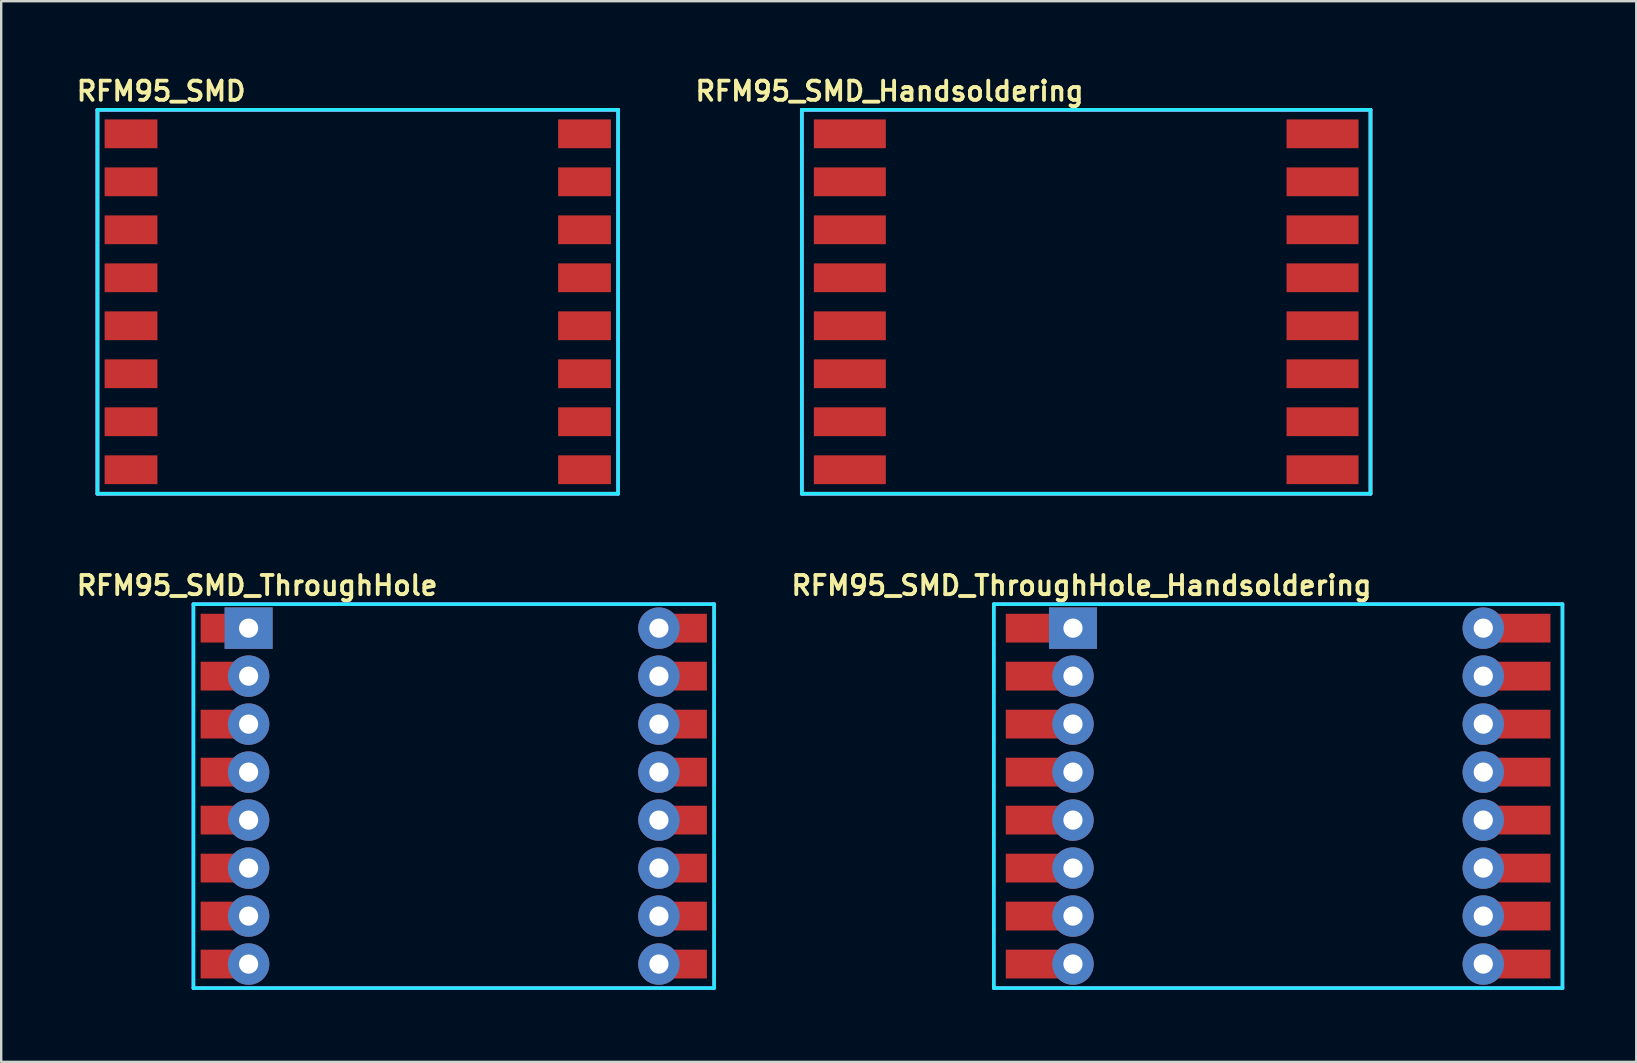
<source format=kicad_pcb>
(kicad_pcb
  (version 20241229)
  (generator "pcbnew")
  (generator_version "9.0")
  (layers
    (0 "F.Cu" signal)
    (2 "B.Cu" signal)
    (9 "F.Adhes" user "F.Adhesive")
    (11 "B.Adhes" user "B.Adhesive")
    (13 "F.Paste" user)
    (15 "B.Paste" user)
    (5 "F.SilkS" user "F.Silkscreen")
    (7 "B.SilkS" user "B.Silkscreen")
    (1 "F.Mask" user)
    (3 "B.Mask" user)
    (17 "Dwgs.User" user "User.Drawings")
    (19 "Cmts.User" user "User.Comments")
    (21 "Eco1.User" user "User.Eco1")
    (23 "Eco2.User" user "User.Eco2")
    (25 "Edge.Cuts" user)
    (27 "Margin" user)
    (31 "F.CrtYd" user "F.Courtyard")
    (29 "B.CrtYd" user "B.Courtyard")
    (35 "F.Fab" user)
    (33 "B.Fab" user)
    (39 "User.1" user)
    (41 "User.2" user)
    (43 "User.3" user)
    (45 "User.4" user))
  (footprint "RFM95_SMD_ThroughHole_Handsoldering"
    (layer "F.Cu")
    (at 41.768 23.129)
    (property "Reference" "RFM95_SMD_ThroughHole_Handsoldering" (at 0.254 -1.778 0) (layer "F.SilkS") (effects (font (size 0.8 0.8) (thickness 0.16))))
    (attr through_hole)
    (fp_line (start -3.4 -1) (end -3.4 15) (stroke (width 0.15) (type solid)) (layer "B.CrtYd"))
    (fp_line (start -3.4 -1) (end 20.3 -1) (stroke (width 0.15) (type solid)) (layer "B.CrtYd"))
    (fp_line (start -3.4 15) (end 20.3 15) (stroke (width 0.15) (type solid)) (layer "B.CrtYd"))
    (fp_line (start 20.3 -1) (end 20.3 15) (stroke (width 0.15) (type solid)) (layer "B.CrtYd"))
    (fp_line (start -3.4 -1) (end -3.4 15) (stroke (width 0.15) (type solid)) (layer "F.CrtYd"))
    (fp_line (start -3.4 -1) (end 20.3 -1) (stroke (width 0.15) (type solid)) (layer "F.CrtYd"))
    (fp_line (start -3.4 15) (end 20.3 15) (stroke (width 0.15) (type solid)) (layer "F.CrtYd"))
    (fp_line (start 20.3 -1) (end 20.3 15) (stroke (width 0.15) (type solid)) (layer "F.CrtYd"))
    (pad "1" smd rect (at -1.4 0) (size 3 1.2) (layers "F.Cu" "F.Mask" "F.Paste"))
    (pad "1" thru_hole rect (at -0.1 0) (size 2 1.727) (drill 0.8) (layers "*.Cu" "*.Mask"))
    (pad "2" smd rect (at -1.4 2) (size 3 1.2) (layers "F.Cu" "F.Mask" "F.Paste"))
    (pad "2" thru_hole circle (at -0.1 2) (size 1.727 1.727) (drill 0.8) (layers "*.Cu" "*.Mask"))
    (pad "3" smd rect (at -1.4 4) (size 3 1.2) (layers "F.Cu" "F.Mask" "F.Paste"))
    (pad "3" thru_hole circle (at -0.1 4) (size 1.727 1.727) (drill 0.8) (layers "*.Cu" "*.Mask"))
    (pad "4" smd rect (at -1.4 6) (size 3 1.2) (layers "F.Cu" "F.Mask" "F.Paste"))
    (pad "4" thru_hole circle (at -0.1 6) (size 1.727 1.727) (drill 0.8) (layers "*.Cu" "*.Mask"))
    (pad "5" smd rect (at -1.4 8) (size 3 1.2) (layers "F.Cu" "F.Mask" "F.Paste"))
    (pad "5" thru_hole circle (at -0.1 8) (size 1.727 1.727) (drill 0.8) (layers "*.Cu" "*.Mask"))
    (pad "6" smd rect (at -1.4 10) (size 3 1.2) (layers "F.Cu" "F.Mask" "F.Paste"))
    (pad "6" thru_hole circle (at -0.1 10) (size 1.727 1.727) (drill 0.8) (layers "*.Cu" "*.Mask"))
    (pad "7" smd rect (at -1.4 12) (size 3 1.2) (layers "F.Cu" "F.Mask" "F.Paste"))
    (pad "7" thru_hole circle (at -0.1 12) (size 1.727 1.727) (drill 0.8) (layers "*.Cu" "*.Mask"))
    (pad "8" smd rect (at -1.4 14) (size 3 1.2) (layers "F.Cu" "F.Mask" "F.Paste"))
    (pad "8" thru_hole circle (at -0.1 14) (size 1.727 1.727) (drill 0.8) (layers "*.Cu" "*.Mask"))
    (pad "9" thru_hole circle (at 17 14) (size 1.727 1.727) (drill 0.8) (layers "*.Cu" "*.Mask"))
    (pad "9" smd rect (at 18.3 14) (size 3 1.2) (layers "F.Cu" "F.Mask" "F.Paste"))
    (pad "10" thru_hole circle (at 17 12) (size 1.727 1.727) (drill 0.8) (layers "*.Cu" "*.Mask"))
    (pad "10" smd rect (at 18.3 12) (size 3 1.2) (layers "F.Cu" "F.Mask" "F.Paste"))
    (pad "11" thru_hole circle (at 17 10) (size 1.727 1.727) (drill 0.8) (layers "*.Cu" "*.Mask"))
    (pad "11" smd rect (at 18.3 10) (size 3 1.2) (layers "F.Cu" "F.Mask" "F.Paste"))
    (pad "12" thru_hole circle (at 17 8) (size 1.727 1.727) (drill 0.8) (layers "*.Cu" "*.Mask"))
    (pad "12" smd rect (at 18.3 8) (size 3 1.2) (layers "F.Cu" "F.Mask" "F.Paste"))
    (pad "13" thru_hole circle (at 17 6) (size 1.727 1.727) (drill 0.8) (layers "*.Cu" "*.Mask"))
    (pad "13" smd rect (at 18.3 6) (size 3 1.2) (layers "F.Cu" "F.Mask" "F.Paste"))
    (pad "14" thru_hole circle (at 17 4) (size 1.727 1.727) (drill 0.8) (layers "*.Cu" "*.Mask"))
    (pad "14" smd rect (at 18.3 4) (size 3 1.2) (layers "F.Cu" "F.Mask" "F.Paste"))
    (pad "15" thru_hole circle (at 17 2) (size 1.727 1.727) (drill 0.8) (layers "*.Cu" "*.Mask"))
    (pad "15" smd rect (at 18.3 2) (size 3 1.2) (layers "F.Cu" "F.Mask" "F.Paste"))
    (pad "16" thru_hole circle (at 17 0) (size 1.727 1.727) (drill 0.8) (layers "*.Cu" "*.Mask"))
    (pad "16" smd rect (at 18.3 0) (size 3 1.2) (layers "F.Cu" "F.Mask" "F.Paste")))
  (footprint "RFM95_SMD_ThroughHole"
    (layer "F.Cu")
    (at 7.411 23.129)
    (property "Reference" "RFM95_SMD_ThroughHole" (at 0.254 -1.778 0) (layer "F.SilkS") (effects (font (size 0.8 0.8) (thickness 0.16))))
    (attr through_hole)
    (fp_line (start -2.4 -1) (end -2.4 15) (stroke (width 0.15) (type solid)) (layer "B.CrtYd"))
    (fp_line (start -2.4 -1) (end 19.3 -1) (stroke (width 0.15) (type solid)) (layer "B.CrtYd"))
    (fp_line (start -2.4 15) (end 19.3 15) (stroke (width 0.15) (type solid)) (layer "B.CrtYd"))
    (fp_line (start 19.3 -1) (end 19.3 15) (stroke (width 0.15) (type solid)) (layer "B.CrtYd"))
    (fp_line (start -2.4 -1) (end -2.4 15) (stroke (width 0.15) (type solid)) (layer "F.CrtYd"))
    (fp_line (start -2.4 -1) (end 19.3 -1) (stroke (width 0.15) (type solid)) (layer "F.CrtYd"))
    (fp_line (start -2.4 15) (end 19.3 15) (stroke (width 0.15) (type solid)) (layer "F.CrtYd"))
    (fp_line (start 19.3 -1) (end 19.3 15) (stroke (width 0.15) (type solid)) (layer "F.CrtYd"))
    (pad "1" smd rect (at -1 0) (size 2.2 1.2) (layers "F.Cu" "F.Mask" "F.Paste"))
    (pad "1" thru_hole rect (at -0.1 0) (size 2 1.727) (drill 0.8) (layers "*.Cu" "*.Mask"))
    (pad "2" smd rect (at -1 2) (size 2.2 1.2) (layers "F.Cu" "F.Mask" "F.Paste"))
    (pad "2" thru_hole circle (at -0.1 2) (size 1.727 1.727) (drill 0.8) (layers "*.Cu" "*.Mask"))
    (pad "3" smd rect (at -1 4) (size 2.2 1.2) (layers "F.Cu" "F.Mask" "F.Paste"))
    (pad "3" thru_hole circle (at -0.1 4) (size 1.727 1.727) (drill 0.8) (layers "*.Cu" "*.Mask"))
    (pad "4" smd rect (at -1 6) (size 2.2 1.2) (layers "F.Cu" "F.Mask" "F.Paste"))
    (pad "4" thru_hole circle (at -0.1 6) (size 1.727 1.727) (drill 0.8) (layers "*.Cu" "*.Mask"))
    (pad "5" smd rect (at -1 8) (size 2.2 1.2) (layers "F.Cu" "F.Mask" "F.Paste"))
    (pad "5" thru_hole circle (at -0.1 8) (size 1.727 1.727) (drill 0.8) (layers "*.Cu" "*.Mask"))
    (pad "6" smd rect (at -1 10) (size 2.2 1.2) (layers "F.Cu" "F.Mask" "F.Paste"))
    (pad "6" thru_hole circle (at -0.1 10) (size 1.727 1.727) (drill 0.8) (layers "*.Cu" "*.Mask"))
    (pad "7" smd rect (at -1 12) (size 2.2 1.2) (layers "F.Cu" "F.Mask" "F.Paste"))
    (pad "7" thru_hole circle (at -0.1 12) (size 1.727 1.727) (drill 0.8) (layers "*.Cu" "*.Mask"))
    (pad "8" smd rect (at -1 14) (size 2.2 1.2) (layers "F.Cu" "F.Mask" "F.Paste"))
    (pad "8" thru_hole circle (at -0.1 14) (size 1.727 1.727) (drill 0.8) (layers "*.Cu" "*.Mask"))
    (pad "9" thru_hole circle (at 17 14) (size 1.727 1.727) (drill 0.8) (layers "*.Cu" "*.Mask"))
    (pad "9" smd rect (at 17.9 14) (size 2.2 1.2) (layers "F.Cu" "F.Mask" "F.Paste"))
    (pad "10" thru_hole circle (at 17 12) (size 1.727 1.727) (drill 0.8) (layers "*.Cu" "*.Mask"))
    (pad "10" smd rect (at 17.9 12) (size 2.2 1.2) (layers "F.Cu" "F.Mask" "F.Paste"))
    (pad "11" thru_hole circle (at 17 10) (size 1.727 1.727) (drill 0.8) (layers "*.Cu" "*.Mask"))
    (pad "11" smd rect (at 17.9 10) (size 2.2 1.2) (layers "F.Cu" "F.Mask" "F.Paste"))
    (pad "12" thru_hole circle (at 17 8) (size 1.727 1.727) (drill 0.8) (layers "*.Cu" "*.Mask"))
    (pad "12" smd rect (at 17.9 8) (size 2.2 1.2) (layers "F.Cu" "F.Mask" "F.Paste"))
    (pad "13" thru_hole circle (at 17 6) (size 1.727 1.727) (drill 0.8) (layers "*.Cu" "*.Mask"))
    (pad "13" smd rect (at 17.9 6) (size 2.2 1.2) (layers "F.Cu" "F.Mask" "F.Paste"))
    (pad "14" thru_hole circle (at 17 4) (size 1.727 1.727) (drill 0.8) (layers "*.Cu" "*.Mask"))
    (pad "14" smd rect (at 17.9 4) (size 2.2 1.2) (layers "F.Cu" "F.Mask" "F.Paste"))
    (pad "15" thru_hole circle (at 17 2) (size 1.727 1.727) (drill 0.8) (layers "*.Cu" "*.Mask"))
    (pad "15" smd rect (at 17.9 2) (size 2.2 1.2) (layers "F.Cu" "F.Mask" "F.Paste"))
    (pad "16" thru_hole circle (at 17 0) (size 1.727 1.727) (drill 0.8) (layers "*.Cu" "*.Mask"))
    (pad "16" smd rect (at 17.9 0) (size 2.2 1.2) (layers "F.Cu" "F.Mask" "F.Paste")))
  (footprint "RFM95_SMD"
    (layer "F.Cu")
    (at 3.411 2.527)
    (property "Reference" "RFM95_SMD" (at 0.254 -1.778 0) (layer "F.SilkS") (effects (font (size 0.8 0.8) (thickness 0.16))))
    (attr through_hole)
    (fp_line (start -2.4 -1) (end 19.3 -1) (stroke (width 0.15) (type solid)) (layer "F.SilkS"))
    (fp_line (start -2.4 15) (end -2.4 -1) (stroke (width 0.15) (type solid)) (layer "F.SilkS"))
    (fp_line (start 19.3 -1) (end 19.3 15) (stroke (width 0.15) (type solid)) (layer "F.SilkS"))
    (fp_line (start 19.3 15) (end -2.4 15) (stroke (width 0.15) (type solid)) (layer "F.SilkS"))
    (fp_line (start -2.4 -1) (end -2.4 15) (stroke (width 0.15) (type solid)) (layer "B.CrtYd"))
    (fp_line (start -2.4 -1) (end 19.3 -1) (stroke (width 0.15) (type solid)) (layer "B.CrtYd"))
    (fp_line (start -2.4 15) (end 19.3 15) (stroke (width 0.15) (type solid)) (layer "B.CrtYd"))
    (fp_line (start 19.3 -1) (end 19.3 15) (stroke (width 0.15) (type solid)) (layer "B.CrtYd"))
    (fp_line (start -2.4 -1) (end -2.4 15) (stroke (width 0.15) (type solid)) (layer "F.CrtYd"))
    (fp_line (start -2.4 -1) (end 19.3 -1) (stroke (width 0.15) (type solid)) (layer "F.CrtYd"))
    (fp_line (start -2.4 15) (end 19.3 15) (stroke (width 0.15) (type solid)) (layer "F.CrtYd"))
    (fp_line (start 19.3 -1) (end 19.3 15) (stroke (width 0.15) (type solid)) (layer "F.CrtYd"))
    (pad "1" smd rect (at -1 0) (size 2.2 1.2) (layers "F.Cu" "F.Mask" "F.Paste"))
    (pad "2" smd rect (at -1 2) (size 2.2 1.2) (layers "F.Cu" "F.Mask" "F.Paste"))
    (pad "3" smd rect (at -1 4) (size 2.2 1.2) (layers "F.Cu" "F.Mask" "F.Paste"))
    (pad "4" smd rect (at -1 6) (size 2.2 1.2) (layers "F.Cu" "F.Mask" "F.Paste"))
    (pad "5" smd rect (at -1 8) (size 2.2 1.2) (layers "F.Cu" "F.Mask" "F.Paste"))
    (pad "6" smd rect (at -1 10) (size 2.2 1.2) (layers "F.Cu" "F.Mask" "F.Paste"))
    (pad "7" smd rect (at -1 12) (size 2.2 1.2) (layers "F.Cu" "F.Mask" "F.Paste"))
    (pad "8" smd rect (at -1 14) (size 2.2 1.2) (layers "F.Cu" "F.Mask" "F.Paste"))
    (pad "9" smd rect (at 17.9 14) (size 2.2 1.2) (layers "F.Cu" "F.Mask" "F.Paste"))
    (pad "10" smd rect (at 17.9 12) (size 2.2 1.2) (layers "F.Cu" "F.Mask" "F.Paste"))
    (pad "11" smd rect (at 17.9 10) (size 2.2 1.2) (layers "F.Cu" "F.Mask" "F.Paste"))
    (pad "12" smd rect (at 17.9 8) (size 2.2 1.2) (layers "F.Cu" "F.Mask" "F.Paste"))
    (pad "13" smd rect (at 17.9 6) (size 2.2 1.2) (layers "F.Cu" "F.Mask" "F.Paste"))
    (pad "14" smd rect (at 17.9 4) (size 2.2 1.2) (layers "F.Cu" "F.Mask" "F.Paste"))
    (pad "15" smd rect (at 17.9 2) (size 2.2 1.2) (layers "F.Cu" "F.Mask" "F.Paste"))
    (pad "16" smd rect (at 17.9 0) (size 2.2 1.2) (layers "F.Cu" "F.Mask" "F.Paste")))
  (footprint "RFM95_SMD_Handsoldering"
    (layer "F.Cu")
    (at 33.768 2.527)
    (property "Reference" "RFM95_SMD_Handsoldering" (at 0.254 -1.778 0) (layer "F.SilkS") (effects (font (size 0.8 0.8) (thickness 0.16))))
    (attr through_hole)
    (fp_line (start -3.4 -1) (end 20.3 -1) (stroke (width 0.15) (type solid)) (layer "F.SilkS"))
    (fp_line (start -3.4 15) (end -3.4 -1) (stroke (width 0.15) (type solid)) (layer "F.SilkS"))
    (fp_line (start 20.3 -1) (end 20.3 15) (stroke (width 0.15) (type solid)) (layer "F.SilkS"))
    (fp_line (start 20.3 15) (end -3.4 15) (stroke (width 0.15) (type solid)) (layer "F.SilkS"))
    (fp_line (start -3.4 -1) (end -3.4 15) (stroke (width 0.15) (type solid)) (layer "B.CrtYd"))
    (fp_line (start -3.4 -1) (end 20.3 -1) (stroke (width 0.15) (type solid)) (layer "B.CrtYd"))
    (fp_line (start -3.4 15) (end 20.3 15) (stroke (width 0.15) (type solid)) (layer "B.CrtYd"))
    (fp_line (start 20.3 -1) (end 20.3 15) (stroke (width 0.15) (type solid)) (layer "B.CrtYd"))
    (fp_line (start -3.4 -1) (end -3.4 15) (stroke (width 0.15) (type solid)) (layer "F.CrtYd"))
    (fp_line (start -3.4 -1) (end 20.3 -1) (stroke (width 0.15) (type solid)) (layer "F.CrtYd"))
    (fp_line (start -3.4 15) (end 20.3 15) (stroke (width 0.15) (type solid)) (layer "F.CrtYd"))
    (fp_line (start 20.3 -1) (end 20.3 15) (stroke (width 0.15) (type solid)) (layer "F.CrtYd"))
    (pad "1" smd rect (at -1.4 0) (size 3 1.2) (layers "F.Cu" "F.Mask" "F.Paste"))
    (pad "2" smd rect (at -1.4 2) (size 3 1.2) (layers "F.Cu" "F.Mask" "F.Paste"))
    (pad "3" smd rect (at -1.4 4) (size 3 1.2) (layers "F.Cu" "F.Mask" "F.Paste"))
    (pad "4" smd rect (at -1.4 6) (size 3 1.2) (layers "F.Cu" "F.Mask" "F.Paste"))
    (pad "5" smd rect (at -1.4 8) (size 3 1.2) (layers "F.Cu" "F.Mask" "F.Paste"))
    (pad "6" smd rect (at -1.4 10) (size 3 1.2) (layers "F.Cu" "F.Mask" "F.Paste"))
    (pad "7" smd rect (at -1.4 12) (size 3 1.2) (layers "F.Cu" "F.Mask" "F.Paste"))
    (pad "8" smd rect (at -1.4 14) (size 3 1.2) (layers "F.Cu" "F.Mask" "F.Paste"))
    (pad "9" smd rect (at 18.3 14) (size 3 1.2) (layers "F.Cu" "F.Mask" "F.Paste"))
    (pad "10" smd rect (at 18.3 12) (size 3 1.2) (layers "F.Cu" "F.Mask" "F.Paste"))
    (pad "11" smd rect (at 18.3 10) (size 3 1.2) (layers "F.Cu" "F.Mask" "F.Paste"))
    (pad "12" smd rect (at 18.3 8) (size 3 1.2) (layers "F.Cu" "F.Mask" "F.Paste"))
    (pad "13" smd rect (at 18.3 6) (size 3 1.2) (layers "F.Cu" "F.Mask" "F.Paste"))
    (pad "14" smd rect (at 18.3 4) (size 3 1.2) (layers "F.Cu" "F.Mask" "F.Paste"))
    (pad "15" smd rect (at 18.3 2) (size 3 1.2) (layers "F.Cu" "F.Mask" "F.Paste"))
    (pad "16" smd rect (at 18.3 0) (size 3 1.2) (layers "F.Cu" "F.Mask" "F.Paste")))
  (gr_rect
    (start -3 -3)
    (end 65.143 41.204)
    (stroke (width 0.1) (type default))
    (fill no)
    (layer "Edge.Cuts")))
</source>
